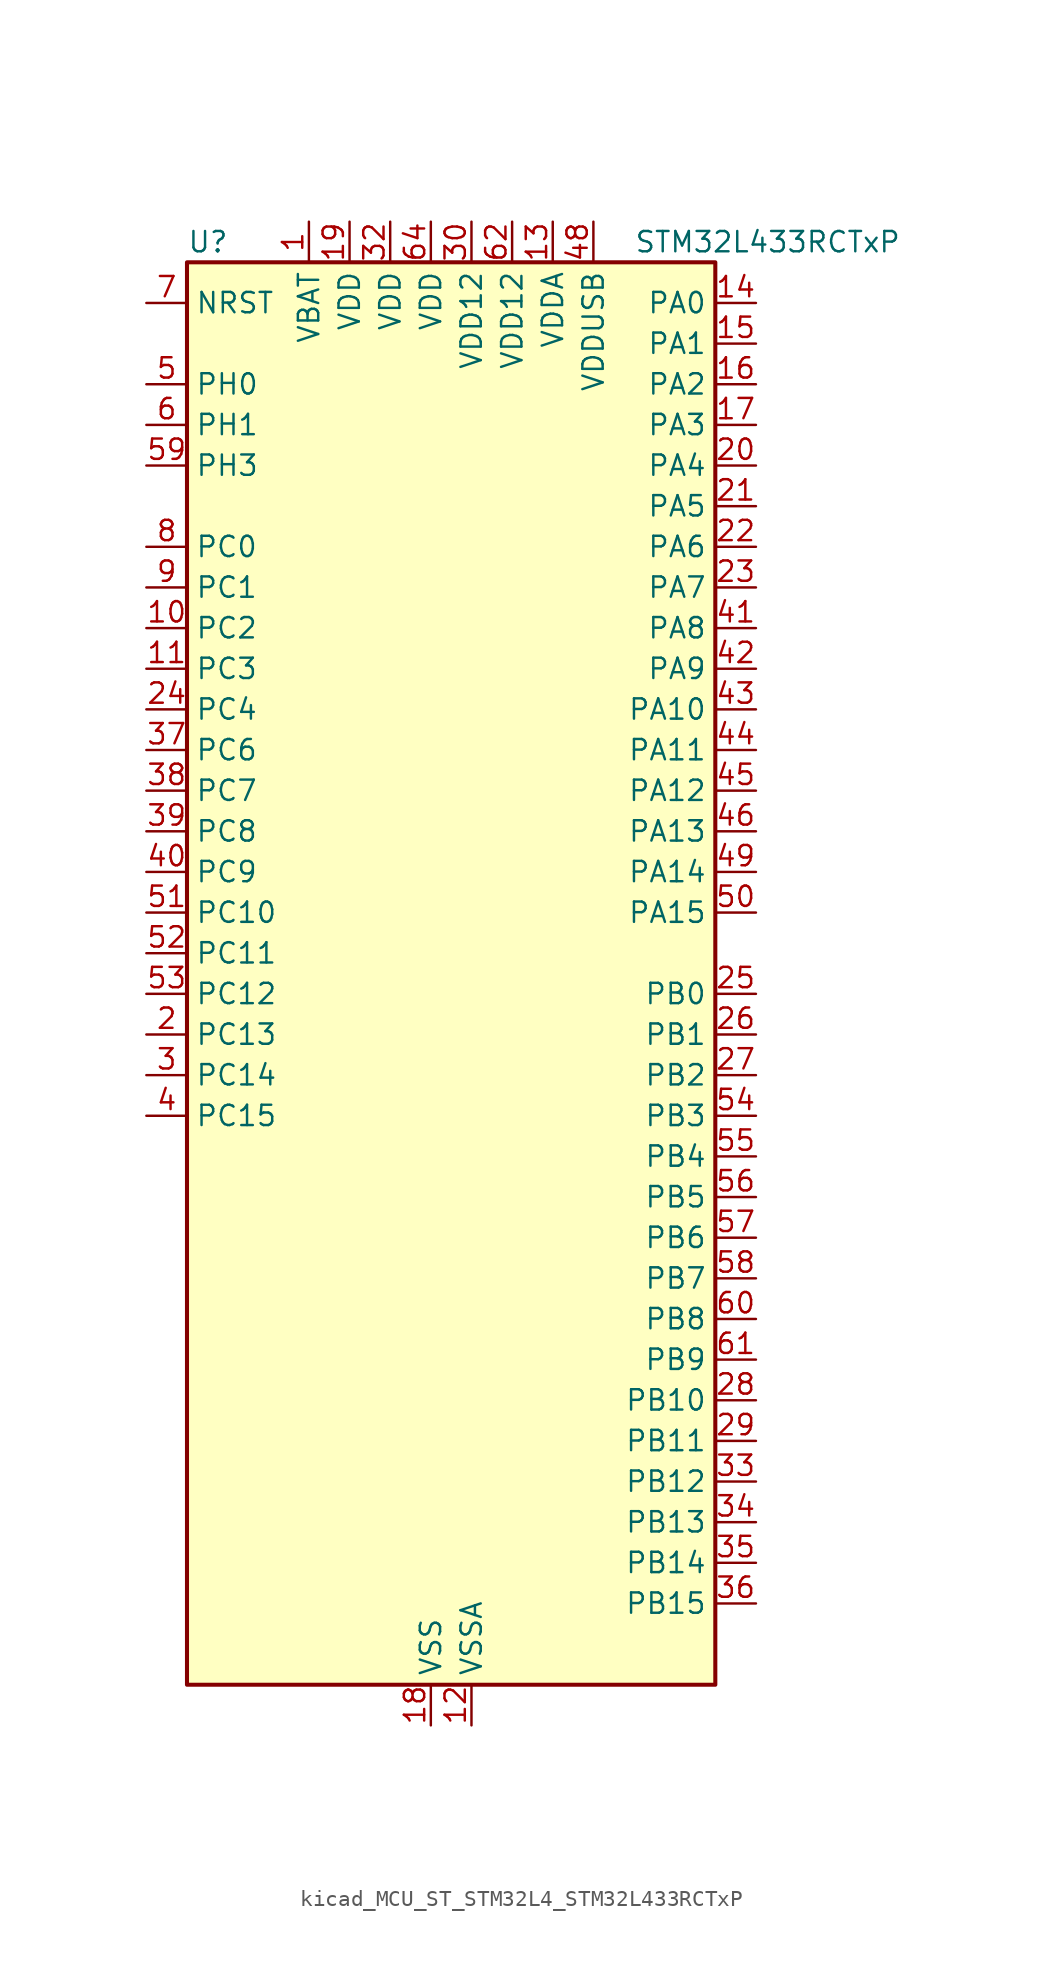
<source format=kicad_sym>
(kicad_symbol_lib
  (version 20220914)
  (generator kicad_symbol_editor)
  (symbol "kicad_MCU_ST_STM32L4_STM32L433RCTxP"
    (property "Reference" "U"
      (at -15.24 46.99 0)
      (effects (font (size 1.27 1.27)) (justify left)))
    (property "Value" "STM32L433RCTxP"
      (at 12.7 46.99 0)
      (effects (font (size 1.27 1.27)) (justify left)))
    (property "ki_locked" ""
      (at 0 0 0)
      (effects (font (size 1.27 1.27))))
    (symbol "kicad_MCU_ST_STM32L4_STM32L433RCTxP_0_1"
      (rectangle (start -15.24 -43.18) (end 17.78 45.72) (stroke (width 0.254) (type default)) (fill (type background))))
    (symbol "kicad_MCU_ST_STM32L4_STM32L433RCTxP_1_1"
      (pin power_in line (at -7.62 48.26 270) (length 2.54) (name "VBAT" (effects (font (size 1.27 1.27)))) (number "1" (effects (font (size 1.27 1.27)))))
      (pin bidirectional line (at -17.78 22.86 0) (length 2.54) (name "PC2" (effects (font (size 1.27 1.27)))) (number "10" (effects (font (size 1.27 1.27)))) (alternate "ADC1_IN3" bidirectional line) (alternate "LCD_SEG20" bidirectional line) (alternate "LPTIM1_IN2" bidirectional line) (alternate "SPI2_MISO" bidirectional line))
      (pin bidirectional line (at -17.78 20.32 0) (length 2.54) (name "PC3" (effects (font (size 1.27 1.27)))) (number "11" (effects (font (size 1.27 1.27)))) (alternate "ADC1_IN4" bidirectional line) (alternate "LCD_VLCD" bidirectional line) (alternate "LPTIM1_ETR" bidirectional line) (alternate "LPTIM2_ETR" bidirectional line) (alternate "SAI1_SD_A" bidirectional line) (alternate "SPI2_MOSI" bidirectional line))
      (pin power_in line (at 2.54 -45.72 90) (length 2.54) (name "VSSA" (effects (font (size 1.27 1.27)))) (number "12" (effects (font (size 1.27 1.27)))))
      (pin power_in line (at 7.62 48.26 270) (length 2.54) (name "VDDA" (effects (font (size 1.27 1.27)))) (number "13" (effects (font (size 1.27 1.27)))))
      (pin bidirectional line (at 20.32 43.18 180) (length 2.54) (name "PA0" (effects (font (size 1.27 1.27)))) (number "14" (effects (font (size 1.27 1.27)))) (alternate "ADC1_IN5" bidirectional line) (alternate "COMP1_INM" bidirectional line) (alternate "COMP1_OUT" bidirectional line) (alternate "OPAMP1_VINP" bidirectional line) (alternate "RTC_TAMP2" bidirectional line) (alternate "SAI1_EXTCLK" bidirectional line) (alternate "SYS_WKUP1" bidirectional line) (alternate "TIM2_CH1" bidirectional line) (alternate "TIM2_ETR" bidirectional line) (alternate "USART2_CTS" bidirectional line))
      (pin bidirectional line (at 20.32 40.64 180) (length 2.54) (name "PA1" (effects (font (size 1.27 1.27)))) (number "15" (effects (font (size 1.27 1.27)))) (alternate "ADC1_IN6" bidirectional line) (alternate "COMP1_INP" bidirectional line) (alternate "I2C1_SMBA" bidirectional line) (alternate "LCD_SEG0" bidirectional line) (alternate "OPAMP1_VINM" bidirectional line) (alternate "SPI1_SCK" bidirectional line) (alternate "TIM15_CH1N" bidirectional line) (alternate "TIM2_CH2" bidirectional line) (alternate "USART2_DE" bidirectional line) (alternate "USART2_RTS" bidirectional line))
      (pin bidirectional line (at 20.32 38.1 180) (length 2.54) (name "PA2" (effects (font (size 1.27 1.27)))) (number "16" (effects (font (size 1.27 1.27)))) (alternate "ADC1_IN7" bidirectional line) (alternate "COMP2_INM" bidirectional line) (alternate "COMP2_OUT" bidirectional line) (alternate "LCD_SEG1" bidirectional line) (alternate "LPUART1_TX" bidirectional line) (alternate "QUADSPI_BK1_NCS" bidirectional line) (alternate "RCC_LSCO" bidirectional line) (alternate "SYS_WKUP4" bidirectional line) (alternate "TIM15_CH1" bidirectional line) (alternate "TIM2_CH3" bidirectional line) (alternate "USART2_TX" bidirectional line))
      (pin bidirectional line (at 20.32 35.56 180) (length 2.54) (name "PA3" (effects (font (size 1.27 1.27)))) (number "17" (effects (font (size 1.27 1.27)))) (alternate "ADC1_IN8" bidirectional line) (alternate "COMP2_INP" bidirectional line) (alternate "LCD_SEG2" bidirectional line) (alternate "LPUART1_RX" bidirectional line) (alternate "OPAMP1_VOUT" bidirectional line) (alternate "QUADSPI_CLK" bidirectional line) (alternate "SAI1_MCLK_A" bidirectional line) (alternate "TIM15_CH2" bidirectional line) (alternate "TIM2_CH4" bidirectional line) (alternate "USART2_RX" bidirectional line))
      (pin power_in line (at 0 -45.72 90) (length 2.54) (name "VSS" (effects (font (size 1.27 1.27)))) (number "18" (effects (font (size 1.27 1.27)))))
      (pin power_in line (at -5.08 48.26 270) (length 2.54) (name "VDD" (effects (font (size 1.27 1.27)))) (number "19" (effects (font (size 1.27 1.27)))))
      (pin bidirectional line (at -17.78 -2.54 0) (length 2.54) (name "PC13" (effects (font (size 1.27 1.27)))) (number "2" (effects (font (size 1.27 1.27)))) (alternate "RTC_OUT_ALARM" bidirectional line) (alternate "RTC_OUT_CALIB" bidirectional line) (alternate "RTC_TAMP1" bidirectional line) (alternate "RTC_TS" bidirectional line) (alternate "SYS_WKUP2" bidirectional line))
      (pin bidirectional line (at 20.32 33.02 180) (length 2.54) (name "PA4" (effects (font (size 1.27 1.27)))) (number "20" (effects (font (size 1.27 1.27)))) (alternate "ADC1_IN9" bidirectional line) (alternate "COMP1_INM" bidirectional line) (alternate "COMP2_INM" bidirectional line) (alternate "DAC1_OUT1" bidirectional line) (alternate "LPTIM2_OUT" bidirectional line) (alternate "SAI1_FS_B" bidirectional line) (alternate "SPI1_NSS" bidirectional line) (alternate "SPI3_NSS" bidirectional line) (alternate "USART2_CK" bidirectional line))
      (pin bidirectional line (at 20.32 30.48 180) (length 2.54) (name "PA5" (effects (font (size 1.27 1.27)))) (number "21" (effects (font (size 1.27 1.27)))) (alternate "ADC1_IN10" bidirectional line) (alternate "COMP1_INM" bidirectional line) (alternate "COMP2_INM" bidirectional line) (alternate "DAC1_OUT2" bidirectional line) (alternate "LPTIM2_ETR" bidirectional line) (alternate "SPI1_SCK" bidirectional line) (alternate "TIM2_CH1" bidirectional line) (alternate "TIM2_ETR" bidirectional line))
      (pin bidirectional line (at 20.32 27.94 180) (length 2.54) (name "PA6" (effects (font (size 1.27 1.27)))) (number "22" (effects (font (size 1.27 1.27)))) (alternate "ADC1_IN11" bidirectional line) (alternate "COMP1_OUT" bidirectional line) (alternate "LCD_SEG3" bidirectional line) (alternate "LPUART1_CTS" bidirectional line) (alternate "QUADSPI_BK1_IO3" bidirectional line) (alternate "SPI1_MISO" bidirectional line) (alternate "TIM16_CH1" bidirectional line) (alternate "TIM1_BKIN" bidirectional line) (alternate "TIM1_BKIN_COMP2" bidirectional line) (alternate "USART3_CTS" bidirectional line))
      (pin bidirectional line (at 20.32 25.4 180) (length 2.54) (name "PA7" (effects (font (size 1.27 1.27)))) (number "23" (effects (font (size 1.27 1.27)))) (alternate "ADC1_IN12" bidirectional line) (alternate "COMP2_OUT" bidirectional line) (alternate "I2C3_SCL" bidirectional line) (alternate "LCD_SEG4" bidirectional line) (alternate "QUADSPI_BK1_IO2" bidirectional line) (alternate "SPI1_MOSI" bidirectional line) (alternate "TIM1_CH1N" bidirectional line))
      (pin bidirectional line (at -17.78 17.78 0) (length 2.54) (name "PC4" (effects (font (size 1.27 1.27)))) (number "24" (effects (font (size 1.27 1.27)))) (alternate "ADC1_IN13" bidirectional line) (alternate "COMP1_INM" bidirectional line) (alternate "LCD_SEG22" bidirectional line) (alternate "USART3_TX" bidirectional line))
      (pin bidirectional line (at 20.32 0 180) (length 2.54) (name "PB0" (effects (font (size 1.27 1.27)))) (number "25" (effects (font (size 1.27 1.27)))) (alternate "ADC1_IN15" bidirectional line) (alternate "COMP1_OUT" bidirectional line) (alternate "LCD_SEG5" bidirectional line) (alternate "QUADSPI_BK1_IO1" bidirectional line) (alternate "SAI1_EXTCLK" bidirectional line) (alternate "SPI1_NSS" bidirectional line) (alternate "TIM1_CH2N" bidirectional line) (alternate "USART3_CK" bidirectional line))
      (pin bidirectional line (at 20.32 -2.54 180) (length 2.54) (name "PB1" (effects (font (size 1.27 1.27)))) (number "26" (effects (font (size 1.27 1.27)))) (alternate "ADC1_IN16" bidirectional line) (alternate "COMP1_INM" bidirectional line) (alternate "LCD_SEG6" bidirectional line) (alternate "LPTIM2_IN1" bidirectional line) (alternate "LPUART1_DE" bidirectional line) (alternate "LPUART1_RTS" bidirectional line) (alternate "QUADSPI_BK1_IO0" bidirectional line) (alternate "TIM1_CH3N" bidirectional line) (alternate "USART3_DE" bidirectional line) (alternate "USART3_RTS" bidirectional line))
      (pin bidirectional line (at 20.32 -5.08 180) (length 2.54) (name "PB2" (effects (font (size 1.27 1.27)))) (number "27" (effects (font (size 1.27 1.27)))) (alternate "COMP1_INP" bidirectional line) (alternate "I2C3_SMBA" bidirectional line) (alternate "LCD_VLCD" bidirectional line) (alternate "LPTIM1_OUT" bidirectional line) (alternate "RTC_OUT_ALARM" bidirectional line) (alternate "RTC_OUT_CALIB" bidirectional line))
      (pin bidirectional line (at 20.32 -25.4 180) (length 2.54) (name "PB10" (effects (font (size 1.27 1.27)))) (number "28" (effects (font (size 1.27 1.27)))) (alternate "COMP1_OUT" bidirectional line) (alternate "I2C2_SCL" bidirectional line) (alternate "LCD_SEG10" bidirectional line) (alternate "LPUART1_RX" bidirectional line) (alternate "QUADSPI_CLK" bidirectional line) (alternate "SAI1_SCK_A" bidirectional line) (alternate "SPI2_SCK" bidirectional line) (alternate "TIM2_CH3" bidirectional line) (alternate "TSC_SYNC" bidirectional line) (alternate "USART3_TX" bidirectional line))
      (pin bidirectional line (at 20.32 -27.94 180) (length 2.54) (name "PB11" (effects (font (size 1.27 1.27)))) (number "29" (effects (font (size 1.27 1.27)))) (alternate "ADC1_EXTI11" bidirectional line) (alternate "COMP2_OUT" bidirectional line) (alternate "I2C2_SDA" bidirectional line) (alternate "LCD_SEG11" bidirectional line) (alternate "LPUART1_TX" bidirectional line) (alternate "QUADSPI_BK1_NCS" bidirectional line) (alternate "TIM2_CH4" bidirectional line) (alternate "USART3_RX" bidirectional line))
      (pin bidirectional line (at -17.78 -5.08 0) (length 2.54) (name "PC14" (effects (font (size 1.27 1.27)))) (number "3" (effects (font (size 1.27 1.27)))) (alternate "RCC_OSC32_IN" bidirectional line))
      (pin power_in line (at 2.54 48.26 270) (length 2.54) (name "VDD12" (effects (font (size 1.27 1.27)))) (number "30" (effects (font (size 1.27 1.27)))))
      (pin passive line (at 0 -45.72 90) (length 2.54) hide (name "VSS" (effects (font (size 1.27 1.27)))) (number "31" (effects (font (size 1.27 1.27)))))
      (pin power_in line (at -2.54 48.26 270) (length 2.54) (name "VDD" (effects (font (size 1.27 1.27)))) (number "32" (effects (font (size 1.27 1.27)))))
      (pin bidirectional line (at 20.32 -30.48 180) (length 2.54) (name "PB12" (effects (font (size 1.27 1.27)))) (number "33" (effects (font (size 1.27 1.27)))) (alternate "I2C2_SMBA" bidirectional line) (alternate "LCD_SEG12" bidirectional line) (alternate "LPUART1_DE" bidirectional line) (alternate "LPUART1_RTS" bidirectional line) (alternate "SAI1_FS_A" bidirectional line) (alternate "SPI2_NSS" bidirectional line) (alternate "SWPMI1_IO" bidirectional line) (alternate "TIM15_BKIN" bidirectional line) (alternate "TIM1_BKIN" bidirectional line) (alternate "TIM1_BKIN_COMP2" bidirectional line) (alternate "TSC_G1_IO1" bidirectional line) (alternate "USART3_CK" bidirectional line))
      (pin bidirectional line (at 20.32 -33.02 180) (length 2.54) (name "PB13" (effects (font (size 1.27 1.27)))) (number "34" (effects (font (size 1.27 1.27)))) (alternate "I2C2_SCL" bidirectional line) (alternate "LCD_SEG13" bidirectional line) (alternate "LPUART1_CTS" bidirectional line) (alternate "SAI1_SCK_A" bidirectional line) (alternate "SPI2_SCK" bidirectional line) (alternate "SWPMI1_TX" bidirectional line) (alternate "TIM15_CH1N" bidirectional line) (alternate "TIM1_CH1N" bidirectional line) (alternate "TSC_G1_IO2" bidirectional line) (alternate "USART3_CTS" bidirectional line))
      (pin bidirectional line (at 20.32 -35.56 180) (length 2.54) (name "PB14" (effects (font (size 1.27 1.27)))) (number "35" (effects (font (size 1.27 1.27)))) (alternate "I2C2_SDA" bidirectional line) (alternate "LCD_SEG14" bidirectional line) (alternate "SAI1_MCLK_A" bidirectional line) (alternate "SPI2_MISO" bidirectional line) (alternate "SWPMI1_RX" bidirectional line) (alternate "TIM15_CH1" bidirectional line) (alternate "TIM1_CH2N" bidirectional line) (alternate "TSC_G1_IO3" bidirectional line) (alternate "USART3_DE" bidirectional line) (alternate "USART3_RTS" bidirectional line))
      (pin bidirectional line (at 20.32 -38.1 180) (length 2.54) (name "PB15" (effects (font (size 1.27 1.27)))) (number "36" (effects (font (size 1.27 1.27)))) (alternate "ADC1_EXTI15" bidirectional line) (alternate "LCD_SEG15" bidirectional line) (alternate "RTC_REFIN" bidirectional line) (alternate "SAI1_SD_A" bidirectional line) (alternate "SPI2_MOSI" bidirectional line) (alternate "SWPMI1_SUSPEND" bidirectional line) (alternate "TIM15_CH2" bidirectional line) (alternate "TIM1_CH3N" bidirectional line) (alternate "TSC_G1_IO4" bidirectional line))
      (pin bidirectional line (at -17.78 15.24 0) (length 2.54) (name "PC6" (effects (font (size 1.27 1.27)))) (number "37" (effects (font (size 1.27 1.27)))) (alternate "LCD_SEG24" bidirectional line) (alternate "TSC_G4_IO1" bidirectional line))
      (pin bidirectional line (at -17.78 12.7 0) (length 2.54) (name "PC7" (effects (font (size 1.27 1.27)))) (number "38" (effects (font (size 1.27 1.27)))) (alternate "LCD_SEG25" bidirectional line) (alternate "TSC_G4_IO2" bidirectional line))
      (pin bidirectional line (at -17.78 10.16 0) (length 2.54) (name "PC8" (effects (font (size 1.27 1.27)))) (number "39" (effects (font (size 1.27 1.27)))) (alternate "LCD_SEG26" bidirectional line) (alternate "TSC_G4_IO3" bidirectional line))
      (pin bidirectional line (at -17.78 -7.62 0) (length 2.54) (name "PC15" (effects (font (size 1.27 1.27)))) (number "4" (effects (font (size 1.27 1.27)))) (alternate "ADC1_EXTI15" bidirectional line) (alternate "RCC_OSC32_OUT" bidirectional line))
      (pin bidirectional line (at -17.78 7.62 0) (length 2.54) (name "PC9" (effects (font (size 1.27 1.27)))) (number "40" (effects (font (size 1.27 1.27)))) (alternate "DAC1_EXTI9" bidirectional line) (alternate "LCD_SEG27" bidirectional line) (alternate "TSC_G4_IO4" bidirectional line) (alternate "USB_NOE" bidirectional line))
      (pin bidirectional line (at 20.32 22.86 180) (length 2.54) (name "PA8" (effects (font (size 1.27 1.27)))) (number "41" (effects (font (size 1.27 1.27)))) (alternate "LCD_COM0" bidirectional line) (alternate "LPTIM2_OUT" bidirectional line) (alternate "RCC_MCO" bidirectional line) (alternate "SAI1_SCK_A" bidirectional line) (alternate "SWPMI1_IO" bidirectional line) (alternate "TIM1_CH1" bidirectional line) (alternate "USART1_CK" bidirectional line))
      (pin bidirectional line (at 20.32 20.32 180) (length 2.54) (name "PA9" (effects (font (size 1.27 1.27)))) (number "42" (effects (font (size 1.27 1.27)))) (alternate "DAC1_EXTI9" bidirectional line) (alternate "I2C1_SCL" bidirectional line) (alternate "LCD_COM1" bidirectional line) (alternate "SAI1_FS_A" bidirectional line) (alternate "TIM15_BKIN" bidirectional line) (alternate "TIM1_CH2" bidirectional line) (alternate "USART1_TX" bidirectional line))
      (pin bidirectional line (at 20.32 17.78 180) (length 2.54) (name "PA10" (effects (font (size 1.27 1.27)))) (number "43" (effects (font (size 1.27 1.27)))) (alternate "CRS_SYNC" bidirectional line) (alternate "I2C1_SDA" bidirectional line) (alternate "LCD_COM2" bidirectional line) (alternate "SAI1_SD_A" bidirectional line) (alternate "TIM1_CH3" bidirectional line) (alternate "USART1_RX" bidirectional line))
      (pin bidirectional line (at 20.32 15.24 180) (length 2.54) (name "PA11" (effects (font (size 1.27 1.27)))) (number "44" (effects (font (size 1.27 1.27)))) (alternate "ADC1_EXTI11" bidirectional line) (alternate "CAN1_RX" bidirectional line) (alternate "COMP1_OUT" bidirectional line) (alternate "SPI1_MISO" bidirectional line) (alternate "TIM1_BKIN2" bidirectional line) (alternate "TIM1_BKIN2_COMP1" bidirectional line) (alternate "TIM1_CH4" bidirectional line) (alternate "USART1_CTS" bidirectional line) (alternate "USB_DM" bidirectional line))
      (pin bidirectional line (at 20.32 12.7 180) (length 2.54) (name "PA12" (effects (font (size 1.27 1.27)))) (number "45" (effects (font (size 1.27 1.27)))) (alternate "CAN1_TX" bidirectional line) (alternate "SPI1_MOSI" bidirectional line) (alternate "TIM1_ETR" bidirectional line) (alternate "USART1_DE" bidirectional line) (alternate "USART1_RTS" bidirectional line) (alternate "USB_DP" bidirectional line))
      (pin bidirectional line (at 20.32 10.16 180) (length 2.54) (name "PA13" (effects (font (size 1.27 1.27)))) (number "46" (effects (font (size 1.27 1.27)))) (alternate "IR_OUT" bidirectional line) (alternate "SAI1_SD_B" bidirectional line) (alternate "SWPMI1_TX" bidirectional line) (alternate "SYS_JTMS-SWDIO" bidirectional line) (alternate "USB_NOE" bidirectional line))
      (pin passive line (at 0 -45.72 90) (length 2.54) hide (name "VSS" (effects (font (size 1.27 1.27)))) (number "47" (effects (font (size 1.27 1.27)))))
      (pin power_in line (at 10.16 48.26 270) (length 2.54) (name "VDDUSB" (effects (font (size 1.27 1.27)))) (number "48" (effects (font (size 1.27 1.27)))))
      (pin bidirectional line (at 20.32 7.62 180) (length 2.54) (name "PA14" (effects (font (size 1.27 1.27)))) (number "49" (effects (font (size 1.27 1.27)))) (alternate "I2C1_SMBA" bidirectional line) (alternate "LPTIM1_OUT" bidirectional line) (alternate "SAI1_FS_B" bidirectional line) (alternate "SWPMI1_RX" bidirectional line) (alternate "SYS_JTCK-SWCLK" bidirectional line))
      (pin bidirectional line (at -17.78 38.1 0) (length 2.54) (name "PH0" (effects (font (size 1.27 1.27)))) (number "5" (effects (font (size 1.27 1.27)))) (alternate "RCC_OSC_IN" bidirectional line))
      (pin bidirectional line (at 20.32 5.08 180) (length 2.54) (name "PA15" (effects (font (size 1.27 1.27)))) (number "50" (effects (font (size 1.27 1.27)))) (alternate "ADC1_EXTI15" bidirectional line) (alternate "LCD_SEG17" bidirectional line) (alternate "SPI1_NSS" bidirectional line) (alternate "SPI3_NSS" bidirectional line) (alternate "SWPMI1_SUSPEND" bidirectional line) (alternate "SYS_JTDI" bidirectional line) (alternate "TIM2_CH1" bidirectional line) (alternate "TIM2_ETR" bidirectional line) (alternate "TSC_G3_IO1" bidirectional line) (alternate "USART2_RX" bidirectional line) (alternate "USART3_DE" bidirectional line) (alternate "USART3_RTS" bidirectional line))
      (pin bidirectional line (at -17.78 5.08 0) (length 2.54) (name "PC10" (effects (font (size 1.27 1.27)))) (number "51" (effects (font (size 1.27 1.27)))) (alternate "LCD_COM4" bidirectional line) (alternate "LCD_SEG28" bidirectional line) (alternate "LCD_SEG40" bidirectional line) (alternate "SPI3_SCK" bidirectional line) (alternate "TSC_G3_IO2" bidirectional line) (alternate "USART3_TX" bidirectional line))
      (pin bidirectional line (at -17.78 2.54 0) (length 2.54) (name "PC11" (effects (font (size 1.27 1.27)))) (number "52" (effects (font (size 1.27 1.27)))) (alternate "ADC1_EXTI11" bidirectional line) (alternate "LCD_COM5" bidirectional line) (alternate "LCD_SEG29" bidirectional line) (alternate "LCD_SEG41" bidirectional line) (alternate "SPI3_MISO" bidirectional line) (alternate "TSC_G3_IO3" bidirectional line) (alternate "USART3_RX" bidirectional line))
      (pin bidirectional line (at -17.78 0 0) (length 2.54) (name "PC12" (effects (font (size 1.27 1.27)))) (number "53" (effects (font (size 1.27 1.27)))) (alternate "LCD_COM6" bidirectional line) (alternate "LCD_SEG30" bidirectional line) (alternate "LCD_SEG42" bidirectional line) (alternate "SPI3_MOSI" bidirectional line) (alternate "TSC_G3_IO4" bidirectional line) (alternate "USART3_CK" bidirectional line))
      (pin bidirectional line (at 20.32 -7.62 180) (length 2.54) (name "PB3" (effects (font (size 1.27 1.27)))) (number "54" (effects (font (size 1.27 1.27)))) (alternate "COMP2_INM" bidirectional line) (alternate "LCD_SEG7" bidirectional line) (alternate "SAI1_SCK_B" bidirectional line) (alternate "SPI1_SCK" bidirectional line) (alternate "SPI3_SCK" bidirectional line) (alternate "SYS_JTDO-SWO" bidirectional line) (alternate "TIM2_CH2" bidirectional line) (alternate "USART1_DE" bidirectional line) (alternate "USART1_RTS" bidirectional line))
      (pin bidirectional line (at 20.32 -10.16 180) (length 2.54) (name "PB4" (effects (font (size 1.27 1.27)))) (number "55" (effects (font (size 1.27 1.27)))) (alternate "COMP2_INP" bidirectional line) (alternate "I2C3_SDA" bidirectional line) (alternate "LCD_SEG8" bidirectional line) (alternate "SAI1_MCLK_B" bidirectional line) (alternate "SPI1_MISO" bidirectional line) (alternate "SPI3_MISO" bidirectional line) (alternate "SYS_JTRST" bidirectional line) (alternate "TSC_G2_IO1" bidirectional line) (alternate "USART1_CTS" bidirectional line))
      (pin bidirectional line (at 20.32 -12.7 180) (length 2.54) (name "PB5" (effects (font (size 1.27 1.27)))) (number "56" (effects (font (size 1.27 1.27)))) (alternate "COMP2_OUT" bidirectional line) (alternate "I2C1_SMBA" bidirectional line) (alternate "LCD_SEG9" bidirectional line) (alternate "LPTIM1_IN1" bidirectional line) (alternate "SAI1_SD_B" bidirectional line) (alternate "SPI1_MOSI" bidirectional line) (alternate "SPI3_MOSI" bidirectional line) (alternate "TIM16_BKIN" bidirectional line) (alternate "TSC_G2_IO2" bidirectional line) (alternate "USART1_CK" bidirectional line))
      (pin bidirectional line (at 20.32 -15.24 180) (length 2.54) (name "PB6" (effects (font (size 1.27 1.27)))) (number "57" (effects (font (size 1.27 1.27)))) (alternate "COMP2_INP" bidirectional line) (alternate "I2C1_SCL" bidirectional line) (alternate "LPTIM1_ETR" bidirectional line) (alternate "SAI1_FS_B" bidirectional line) (alternate "TIM16_CH1N" bidirectional line) (alternate "TSC_G2_IO3" bidirectional line) (alternate "USART1_TX" bidirectional line))
      (pin bidirectional line (at 20.32 -17.78 180) (length 2.54) (name "PB7" (effects (font (size 1.27 1.27)))) (number "58" (effects (font (size 1.27 1.27)))) (alternate "COMP2_INM" bidirectional line) (alternate "I2C1_SDA" bidirectional line) (alternate "LCD_SEG21" bidirectional line) (alternate "LPTIM1_IN2" bidirectional line) (alternate "SYS_PVD_IN" bidirectional line) (alternate "TSC_G2_IO4" bidirectional line) (alternate "USART1_RX" bidirectional line))
      (pin bidirectional line (at -17.78 33.02 0) (length 2.54) (name "PH3" (effects (font (size 1.27 1.27)))) (number "59" (effects (font (size 1.27 1.27)))))
      (pin bidirectional line (at -17.78 35.56 0) (length 2.54) (name "PH1" (effects (font (size 1.27 1.27)))) (number "6" (effects (font (size 1.27 1.27)))) (alternate "RCC_OSC_OUT" bidirectional line))
      (pin bidirectional line (at 20.32 -20.32 180) (length 2.54) (name "PB8" (effects (font (size 1.27 1.27)))) (number "60" (effects (font (size 1.27 1.27)))) (alternate "CAN1_RX" bidirectional line) (alternate "I2C1_SCL" bidirectional line) (alternate "LCD_SEG16" bidirectional line) (alternate "SAI1_MCLK_A" bidirectional line) (alternate "TIM16_CH1" bidirectional line))
      (pin bidirectional line (at 20.32 -22.86 180) (length 2.54) (name "PB9" (effects (font (size 1.27 1.27)))) (number "61" (effects (font (size 1.27 1.27)))) (alternate "CAN1_TX" bidirectional line) (alternate "DAC1_EXTI9" bidirectional line) (alternate "I2C1_SDA" bidirectional line) (alternate "IR_OUT" bidirectional line) (alternate "LCD_COM3" bidirectional line) (alternate "SAI1_FS_A" bidirectional line) (alternate "SPI2_NSS" bidirectional line))
      (pin power_in line (at 5.08 48.26 270) (length 2.54) (name "VDD12" (effects (font (size 1.27 1.27)))) (number "62" (effects (font (size 1.27 1.27)))))
      (pin passive line (at 0 -45.72 90) (length 2.54) hide (name "VSS" (effects (font (size 1.27 1.27)))) (number "63" (effects (font (size 1.27 1.27)))))
      (pin power_in line (at 0 48.26 270) (length 2.54) (name "VDD" (effects (font (size 1.27 1.27)))) (number "64" (effects (font (size 1.27 1.27)))))
      (pin input line (at -17.78 43.18 0) (length 2.54) (name "NRST" (effects (font (size 1.27 1.27)))) (number "7" (effects (font (size 1.27 1.27)))))
      (pin bidirectional line (at -17.78 27.94 0) (length 2.54) (name "PC0" (effects (font (size 1.27 1.27)))) (number "8" (effects (font (size 1.27 1.27)))) (alternate "ADC1_IN1" bidirectional line) (alternate "I2C3_SCL" bidirectional line) (alternate "LCD_SEG18" bidirectional line) (alternate "LPTIM1_IN1" bidirectional line) (alternate "LPTIM2_IN1" bidirectional line) (alternate "LPUART1_RX" bidirectional line))
      (pin bidirectional line (at -17.78 25.4 0) (length 2.54) (name "PC1" (effects (font (size 1.27 1.27)))) (number "9" (effects (font (size 1.27 1.27)))) (alternate "ADC1_IN2" bidirectional line) (alternate "I2C3_SDA" bidirectional line) (alternate "LCD_SEG19" bidirectional line) (alternate "LPTIM1_OUT" bidirectional line) (alternate "LPUART1_TX" bidirectional line)))))
</source>
